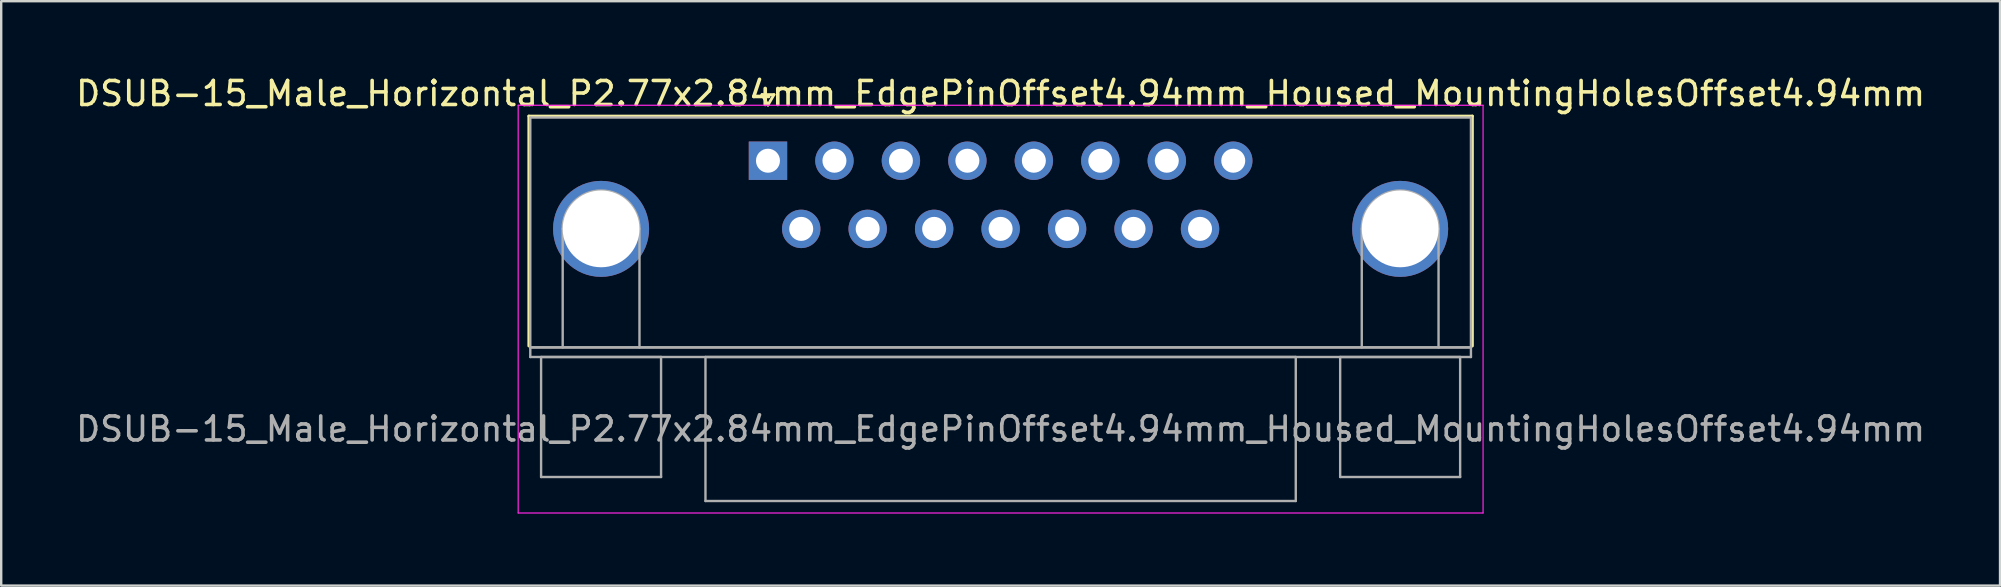
<source format=kicad_pcb>
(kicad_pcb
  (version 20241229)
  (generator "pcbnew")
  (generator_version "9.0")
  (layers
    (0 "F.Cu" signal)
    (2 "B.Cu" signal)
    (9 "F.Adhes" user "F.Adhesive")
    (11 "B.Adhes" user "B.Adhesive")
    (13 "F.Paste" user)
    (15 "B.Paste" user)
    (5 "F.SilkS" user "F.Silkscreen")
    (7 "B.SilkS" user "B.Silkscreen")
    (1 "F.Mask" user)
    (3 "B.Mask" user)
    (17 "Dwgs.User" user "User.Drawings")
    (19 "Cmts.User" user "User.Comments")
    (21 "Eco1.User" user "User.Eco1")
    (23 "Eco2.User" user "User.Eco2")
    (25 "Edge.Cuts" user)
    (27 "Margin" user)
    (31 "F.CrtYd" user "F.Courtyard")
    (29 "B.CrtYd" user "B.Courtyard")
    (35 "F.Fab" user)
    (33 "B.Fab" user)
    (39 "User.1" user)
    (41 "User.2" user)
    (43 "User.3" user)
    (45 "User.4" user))
  (footprint "DSUB-15_Male_Horizontal_P2.77x2.84mm_EdgePinOffset4.94mm_Housed_MountingHolesOffset4.94mm"
    (layer "F.Cu")
    (at 28.954 3.648)
    (property "Reference" "DSUB-15_Male_Horizontal_P2.77x2.84mm_EdgePinOffset4.94mm_Housed_MountingHolesOffset4.94mm" (at 9.695 -2.8 0) (layer "F.SilkS") (effects (font (size 1 1) (thickness 0.15))))
    (attr through_hole)
    (fp_line (start -9.965 -1.86) (end 29.355 -1.86) (stroke (width 0.12) (type solid)) (layer "F.SilkS"))
    (fp_line (start -9.965 7.72) (end -9.965 -1.86) (stroke (width 0.12) (type solid)) (layer "F.SilkS"))
    (fp_line (start -0.25 -2.754) (end 0.25 -2.754) (stroke (width 0.12) (type solid)) (layer "F.SilkS"))
    (fp_line (start 0 -2.321) (end -0.25 -2.754) (stroke (width 0.12) (type solid)) (layer "F.SilkS"))
    (fp_line (start 0.25 -2.754) (end 0 -2.321) (stroke (width 0.12) (type solid)) (layer "F.SilkS"))
    (fp_line (start 29.355 -1.86) (end 29.355 7.72) (stroke (width 0.12) (type solid)) (layer "F.SilkS"))
    (fp_line (start -10.41 -2.31) (end -10.41 14.68) (stroke (width 0.05) (type solid)) (layer "F.CrtYd"))
    (fp_line (start -10.41 14.68) (end 29.8 14.68) (stroke (width 0.05) (type solid)) (layer "F.CrtYd"))
    (fp_line (start 29.8 -2.31) (end -10.41 -2.31) (stroke (width 0.05) (type solid)) (layer "F.CrtYd"))
    (fp_line (start 29.8 14.68) (end 29.8 -2.31) (stroke (width 0.05) (type solid)) (layer "F.CrtYd"))
    (fp_line (start -9.905 -1.8) (end -9.905 7.78) (stroke (width 0.1) (type solid)) (layer "F.Fab"))
    (fp_line (start -9.905 7.78) (end -9.905 8.18) (stroke (width 0.1) (type solid)) (layer "F.Fab"))
    (fp_line (start -9.905 7.78) (end 29.295 7.78) (stroke (width 0.1) (type solid)) (layer "F.Fab"))
    (fp_line (start -9.905 8.18) (end 29.295 8.18) (stroke (width 0.1) (type solid)) (layer "F.Fab"))
    (fp_line (start -9.455 8.18) (end -9.455 13.18) (stroke (width 0.1) (type solid)) (layer "F.Fab"))
    (fp_line (start -9.455 13.18) (end -4.455 13.18) (stroke (width 0.1) (type solid)) (layer "F.Fab"))
    (fp_line (start -8.555 7.78) (end -8.555 2.84) (stroke (width 0.1) (type solid)) (layer "F.Fab"))
    (fp_line (start -5.355 7.78) (end -5.355 2.84) (stroke (width 0.1) (type solid)) (layer "F.Fab"))
    (fp_line (start -4.455 8.18) (end -9.455 8.18) (stroke (width 0.1) (type solid)) (layer "F.Fab"))
    (fp_line (start -4.455 13.18) (end -4.455 8.18) (stroke (width 0.1) (type solid)) (layer "F.Fab"))
    (fp_line (start -2.605 8.18) (end -2.605 14.18) (stroke (width 0.1) (type solid)) (layer "F.Fab"))
    (fp_line (start -2.605 14.18) (end 21.995 14.18) (stroke (width 0.1) (type solid)) (layer "F.Fab"))
    (fp_line (start 21.995 8.18) (end -2.605 8.18) (stroke (width 0.1) (type solid)) (layer "F.Fab"))
    (fp_line (start 21.995 14.18) (end 21.995 8.18) (stroke (width 0.1) (type solid)) (layer "F.Fab"))
    (fp_line (start 23.845 8.18) (end 23.845 13.18) (stroke (width 0.1) (type solid)) (layer "F.Fab"))
    (fp_line (start 23.845 13.18) (end 28.845 13.18) (stroke (width 0.1) (type solid)) (layer "F.Fab"))
    (fp_line (start 24.745 7.78) (end 24.745 2.84) (stroke (width 0.1) (type solid)) (layer "F.Fab"))
    (fp_line (start 27.945 7.78) (end 27.945 2.84) (stroke (width 0.1) (type solid)) (layer "F.Fab"))
    (fp_line (start 28.845 8.18) (end 23.845 8.18) (stroke (width 0.1) (type solid)) (layer "F.Fab"))
    (fp_line (start 28.845 13.18) (end 28.845 8.18) (stroke (width 0.1) (type solid)) (layer "F.Fab"))
    (fp_line (start 29.295 -1.8) (end -9.905 -1.8) (stroke (width 0.1) (type solid)) (layer "F.Fab"))
    (fp_line (start 29.295 7.78) (end -9.905 7.78) (stroke (width 0.1) (type solid)) (layer "F.Fab"))
    (fp_line (start 29.295 7.78) (end 29.295 -1.8) (stroke (width 0.1) (type solid)) (layer "F.Fab"))
    (fp_line (start 29.295 8.18) (end 29.295 7.78) (stroke (width 0.1) (type solid)) (layer "F.Fab"))
    (fp_arc (start -8.555 2.84) (mid -6.955 1.24) (end -5.355 2.84) (stroke (width 0.1) (type solid)) (layer "F.Fab"))
    (fp_arc (start 24.745 2.84) (mid 26.345 1.24) (end 27.945 2.84) (stroke (width 0.1) (type solid)) (layer "F.Fab"))
    (fp_text user "${REFERENCE}" (at 9.695 11.18 0) (layer "F.Fab") (effects (font (size 1 1) (thickness 0.15))))
    (pad "0" thru_hole circle (at -6.955 2.84) (size 4 4) (drill 3.2) (layers "*.Cu" "*.Mask"))
    (pad "0" thru_hole circle (at 26.345 2.84) (size 4 4) (drill 3.2) (layers "*.Cu" "*.Mask"))
    (pad "1" thru_hole rect (at 0 0) (size 1.6 1.6) (drill 1) (layers "*.Cu" "*.Mask"))
    (pad "2" thru_hole circle (at 2.77 0) (size 1.6 1.6) (drill 1) (layers "*.Cu" "*.Mask"))
    (pad "3" thru_hole circle (at 5.54 0) (size 1.6 1.6) (drill 1) (layers "*.Cu" "*.Mask"))
    (pad "4" thru_hole circle (at 8.31 0) (size 1.6 1.6) (drill 1) (layers "*.Cu" "*.Mask"))
    (pad "5" thru_hole circle (at 11.08 0) (size 1.6 1.6) (drill 1) (layers "*.Cu" "*.Mask"))
    (pad "6" thru_hole circle (at 13.85 0) (size 1.6 1.6) (drill 1) (layers "*.Cu" "*.Mask"))
    (pad "7" thru_hole circle (at 16.62 0) (size 1.6 1.6) (drill 1) (layers "*.Cu" "*.Mask"))
    (pad "8" thru_hole circle (at 19.39 0) (size 1.6 1.6) (drill 1) (layers "*.Cu" "*.Mask"))
    (pad "9" thru_hole circle (at 1.385 2.84) (size 1.6 1.6) (drill 1) (layers "*.Cu" "*.Mask"))
    (pad "10" thru_hole circle (at 4.155 2.84) (size 1.6 1.6) (drill 1) (layers "*.Cu" "*.Mask"))
    (pad "11" thru_hole circle (at 6.925 2.84) (size 1.6 1.6) (drill 1) (layers "*.Cu" "*.Mask"))
    (pad "12" thru_hole circle (at 9.695 2.84) (size 1.6 1.6) (drill 1) (layers "*.Cu" "*.Mask"))
    (pad "13" thru_hole circle (at 12.465 2.84) (size 1.6 1.6) (drill 1) (layers "*.Cu" "*.Mask"))
    (pad "14" thru_hole circle (at 15.235 2.84) (size 1.6 1.6) (drill 1) (layers "*.Cu" "*.Mask"))
    (pad "15" thru_hole circle (at 18.005 2.84) (size 1.6 1.6) (drill 1) (layers "*.Cu" "*.Mask")))
  (gr_rect
    (start -3 -3)
    (end 80.298 21.353)
    (stroke (width 0.1) (type default))
    (fill no)
    (layer "Edge.Cuts")))
</source>
